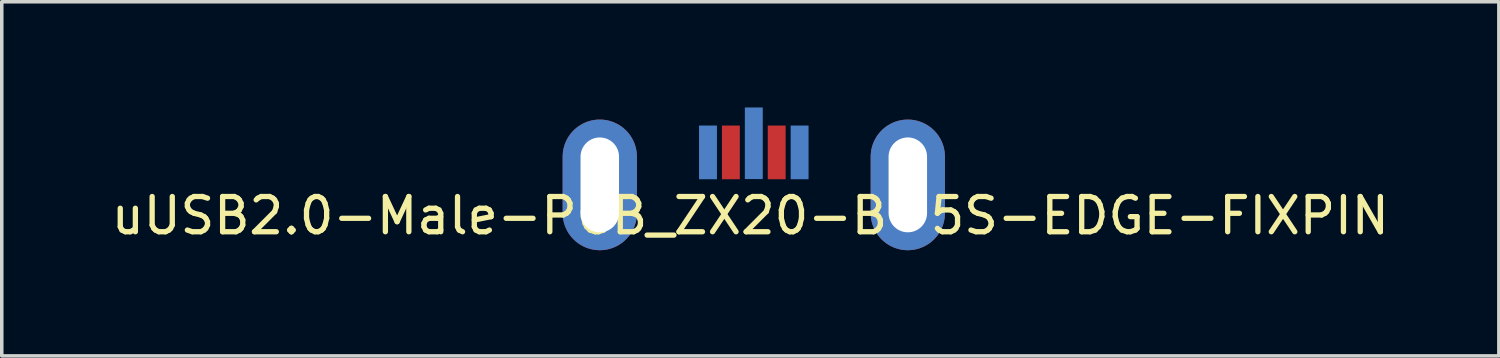
<source format=kicad_pcb>
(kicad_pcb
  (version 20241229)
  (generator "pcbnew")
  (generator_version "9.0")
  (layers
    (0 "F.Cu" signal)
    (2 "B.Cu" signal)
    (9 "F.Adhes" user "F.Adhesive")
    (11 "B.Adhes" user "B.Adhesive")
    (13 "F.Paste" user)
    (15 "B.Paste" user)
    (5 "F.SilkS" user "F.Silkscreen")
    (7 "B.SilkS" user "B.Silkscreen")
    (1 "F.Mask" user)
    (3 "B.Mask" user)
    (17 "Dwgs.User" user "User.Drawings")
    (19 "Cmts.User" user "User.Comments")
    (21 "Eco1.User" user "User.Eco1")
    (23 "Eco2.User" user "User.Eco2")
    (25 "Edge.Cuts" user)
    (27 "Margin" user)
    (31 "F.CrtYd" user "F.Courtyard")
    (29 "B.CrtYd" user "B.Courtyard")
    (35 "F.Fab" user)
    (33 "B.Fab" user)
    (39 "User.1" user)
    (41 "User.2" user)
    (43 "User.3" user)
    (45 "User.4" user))
  (footprint "uUSB2.0-Male-PCB_ZX20-B-5S-EDGE-FIXPIN"
    (layer "F.Cu")
    (at 18.343 1.486)
    (property "Reference" "uUSB2.0-Male-PCB_ZX20-B-5S-EDGE-FIXPIN" (at -0.099 1.586 0) (layer "F.SilkS") (effects (font (size 1 1) (thickness 0.15))))
    (attr through_hole)
    (pad "1" connect rect (at 1.3 -0.211) (size 0.508 1.524) (layers "B.Cu" "B.Mask"))
    (pad "2" connect rect (at 0.65 -0.211) (size 0.508 1.524) (layers "F.Cu" "F.Mask"))
    (pad "3" connect rect (at 0 -0.47) (size 0.508 2.032) (layers "B.Cu" "B.Mask"))
    (pad "4" connect rect (at -0.65 -0.211) (size 0.508 1.524) (layers "F.Cu" "F.Mask"))
    (pad "5" connect rect (at -1.3 -0.211) (size 0.508 1.524) (layers "B.Cu" "B.Mask"))
    (pad "6" thru_hole oval (at -4.371 0.711) (size 2.108 3.708) (drill oval 1.092 2.692) (layers "*.Cu" "*.Mask"))
    (pad "6" thru_hole oval (at 4.371 0.711) (size 2.108 3.708) (drill oval 1.092 2.692) (layers "*.Cu" "*.Mask")))
  (gr_rect
    (start -3 -3)
    (end 39.488 7.051)
    (stroke (width 0.1) (type default))
    (fill no)
    (layer "Edge.Cuts")))
</source>
